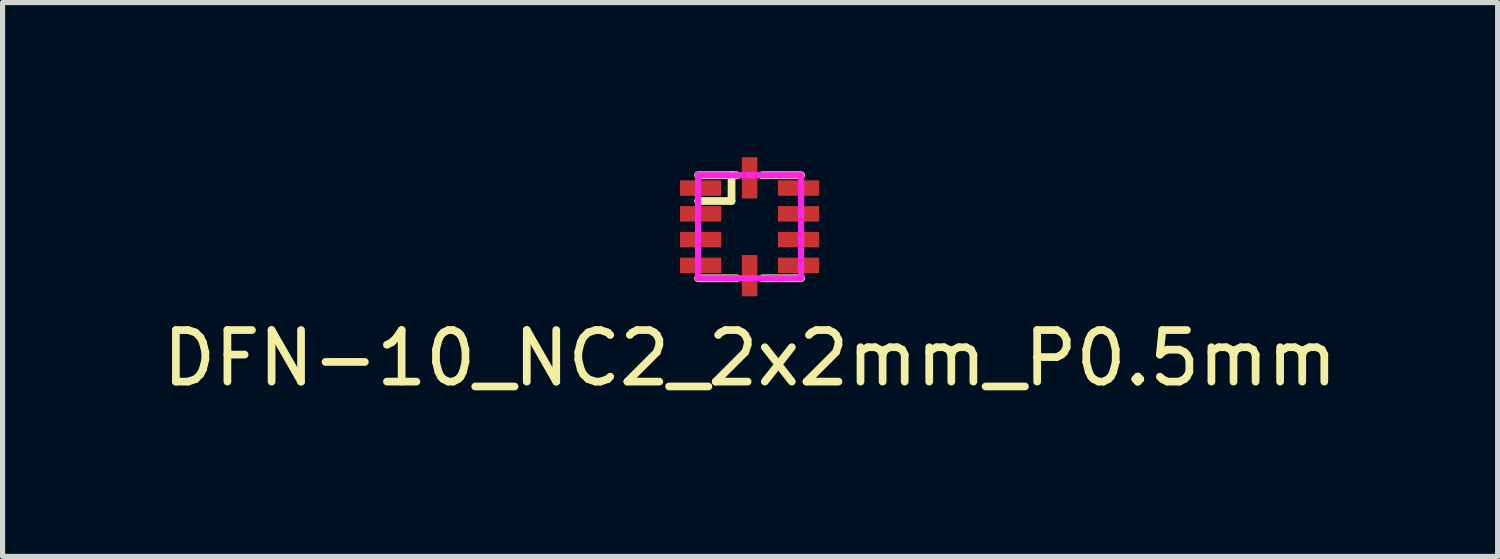
<source format=kicad_pcb>
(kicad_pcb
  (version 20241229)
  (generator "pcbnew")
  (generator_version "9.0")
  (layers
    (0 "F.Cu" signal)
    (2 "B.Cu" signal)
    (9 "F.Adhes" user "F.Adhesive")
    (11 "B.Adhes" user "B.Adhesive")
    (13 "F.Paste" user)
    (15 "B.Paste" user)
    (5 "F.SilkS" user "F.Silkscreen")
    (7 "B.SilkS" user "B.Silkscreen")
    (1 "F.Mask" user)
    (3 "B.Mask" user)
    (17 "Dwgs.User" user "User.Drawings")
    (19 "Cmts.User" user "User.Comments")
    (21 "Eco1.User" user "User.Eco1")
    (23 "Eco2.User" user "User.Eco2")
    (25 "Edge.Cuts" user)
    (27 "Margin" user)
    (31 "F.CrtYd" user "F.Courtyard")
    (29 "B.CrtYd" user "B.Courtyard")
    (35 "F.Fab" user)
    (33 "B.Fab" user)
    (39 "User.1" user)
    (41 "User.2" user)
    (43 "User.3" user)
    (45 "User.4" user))
  (footprint "DFN-10_NC2_2x2mm_P0.5mm"
    (layer "F.Cu")
    (at 11.496 1.35)
    (property "Reference" "DFN-10_NC2_2x2mm_P0.5mm" (at 0.01 2.55 0) (layer "F.SilkS") (effects (font (size 1 1) (thickness 0.15))))
    (attr through_hole)
    (fp_line (start -1 -0.5) (end -0.35 -0.5) (stroke (width 0.15) (type solid)) (layer "F.SilkS"))
    (fp_line (start -1 1) (end -0.25 1) (stroke (width 0.15) (type solid)) (layer "F.SilkS"))
    (fp_line (start -0.35 -0.5) (end -0.35 -1) (stroke (width 0.15) (type solid)) (layer "F.SilkS"))
    (fp_line (start -0.25 -1) (end -1 -1) (stroke (width 0.15) (type solid)) (layer "F.SilkS"))
    (fp_line (start 0.25 1) (end 1 1) (stroke (width 0.15) (type solid)) (layer "F.SilkS"))
    (fp_line (start 1 -1) (end 0.25 -1) (stroke (width 0.15) (type solid)) (layer "F.SilkS"))
    (fp_line (start -1 -1) (end -1 1) (stroke (width 0.12) (type solid)) (layer "F.CrtYd"))
    (fp_line (start -1 -1) (end 1 -1) (stroke (width 0.12) (type solid)) (layer "F.CrtYd"))
    (fp_line (start -1 1) (end 1 1) (stroke (width 0.12) (type solid)) (layer "F.CrtYd"))
    (fp_line (start 1 1) (end 1 -1) (stroke (width 0.12) (type solid)) (layer "F.CrtYd"))
    (pad "1" smd rect (at -0.95 -0.75) (size 0.8 0.3) (layers "F.Cu" "F.Mask" "F.Paste"))
    (pad "2" smd rect (at -0.95 -0.25) (size 0.8 0.3) (layers "F.Cu" "F.Mask" "F.Paste"))
    (pad "3" smd rect (at -0.95 0.25) (size 0.8 0.3) (layers "F.Cu" "F.Mask" "F.Paste"))
    (pad "4" smd rect (at -0.95 0.75) (size 0.8 0.3) (layers "F.Cu" "F.Mask" "F.Paste"))
    (pad "5" smd rect (at 0 0.95) (size 0.3 0.8) (layers "F.Cu" "F.Mask" "F.Paste"))
    (pad "6" smd rect (at 0.95 0.75) (size 0.8 0.3) (layers "F.Cu" "F.Mask" "F.Paste"))
    (pad "7" smd rect (at 0.95 0.25) (size 0.8 0.3) (layers "F.Cu" "F.Mask" "F.Paste"))
    (pad "8" smd rect (at 0.95 -0.25) (size 0.8 0.3) (layers "F.Cu" "F.Mask" "F.Paste"))
    (pad "9" smd rect (at 0.95 -0.75) (size 0.8 0.3) (layers "F.Cu" "F.Mask" "F.Paste"))
    (pad "10" smd rect (at 0 -0.95) (size 0.3 0.8) (layers "F.Cu" "F.Mask" "F.Paste")))
  (gr_rect
    (start -3 -3)
    (end 26.012 7.748)
    (stroke (width 0.1) (type default))
    (fill no)
    (layer "Edge.Cuts")))
</source>
